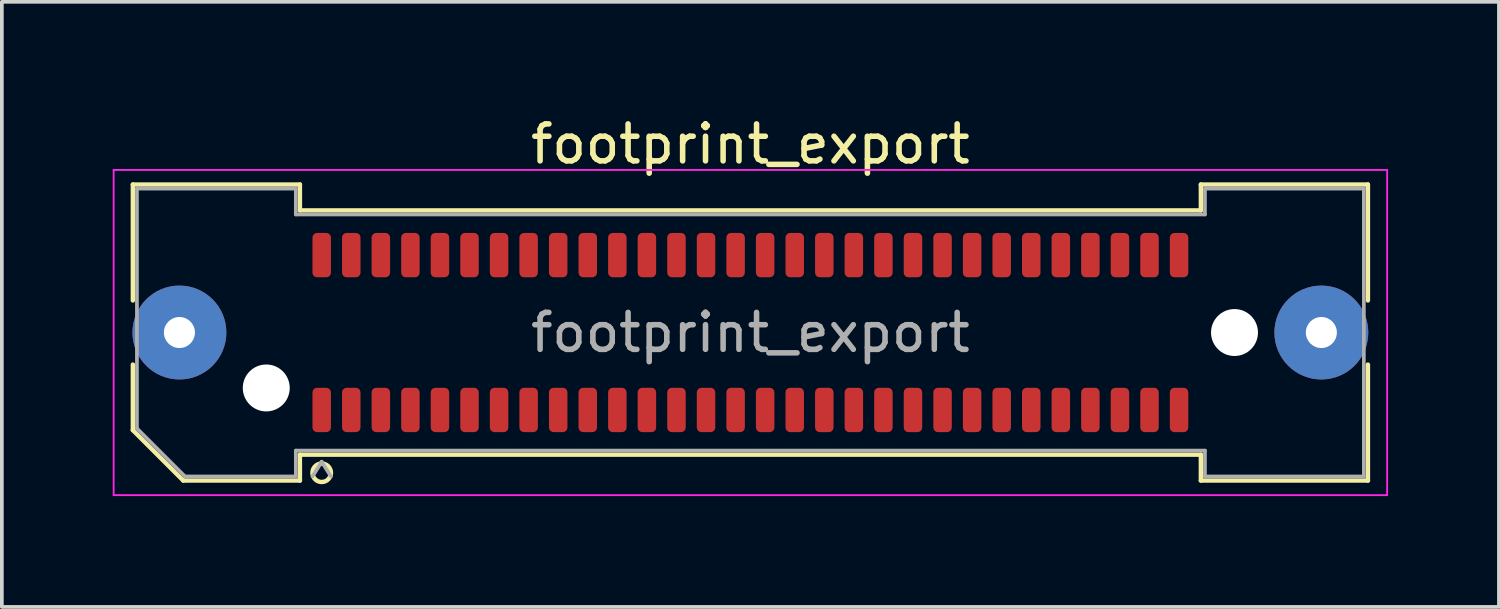
<source format=kicad_pcb>
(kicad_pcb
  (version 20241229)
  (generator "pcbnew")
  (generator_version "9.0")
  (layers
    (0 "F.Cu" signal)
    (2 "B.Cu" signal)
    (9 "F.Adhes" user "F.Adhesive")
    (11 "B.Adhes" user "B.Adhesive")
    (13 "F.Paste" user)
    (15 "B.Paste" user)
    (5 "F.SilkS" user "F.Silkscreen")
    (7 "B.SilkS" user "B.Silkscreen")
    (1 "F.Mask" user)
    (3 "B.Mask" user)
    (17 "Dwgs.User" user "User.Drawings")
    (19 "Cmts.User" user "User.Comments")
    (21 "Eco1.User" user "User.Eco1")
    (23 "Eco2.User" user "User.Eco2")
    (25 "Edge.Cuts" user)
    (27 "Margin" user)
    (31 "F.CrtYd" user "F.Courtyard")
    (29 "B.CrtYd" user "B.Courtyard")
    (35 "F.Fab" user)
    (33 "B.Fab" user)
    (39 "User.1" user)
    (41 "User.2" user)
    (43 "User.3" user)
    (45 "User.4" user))
  (footprint "footprint_export"
    (layer "F.Cu")
    (at 17.255 5.948)
    (property "Reference" "footprint_export" (at 0 -5.1 0) (layer "F.SilkS") (effects (font (size 1 1) (thickness 0.15))))
    (attr smd)
    (fp_line (start -16.71 -4.005) (end -12.19 -4.005) (stroke (width 0.12) (type solid)) (layer "F.SilkS"))
    (fp_line (start -16.71 -0.868) (end -16.71 -4.005) (stroke (width 0.12) (type solid)) (layer "F.SilkS"))
    (fp_line (start -16.71 2.641) (end -16.71 0.868) (stroke (width 0.12) (type solid)) (layer "F.SilkS"))
    (fp_line (start -15.346 4.005) (end -16.71 2.641) (stroke (width 0.12) (type solid)) (layer "F.SilkS"))
    (fp_line (start -12.19 -4.005) (end -12.19 -3.305) (stroke (width 0.12) (type solid)) (layer "F.SilkS"))
    (fp_line (start -12.19 -3.305) (end 12.19 -3.305) (stroke (width 0.12) (type solid)) (layer "F.SilkS"))
    (fp_line (start -12.19 3.305) (end -12.19 4.005) (stroke (width 0.12) (type solid)) (layer "F.SilkS"))
    (fp_line (start -12.19 4.005) (end -15.346 4.005) (stroke (width 0.12) (type solid)) (layer "F.SilkS"))
    (fp_line (start 12.19 -4.005) (end 16.71 -4.005) (stroke (width 0.12) (type solid)) (layer "F.SilkS"))
    (fp_line (start 12.19 -3.305) (end 12.19 -4.005) (stroke (width 0.12) (type solid)) (layer "F.SilkS"))
    (fp_line (start 12.19 3.305) (end -12.19 3.305) (stroke (width 0.12) (type solid)) (layer "F.SilkS"))
    (fp_line (start 12.19 4.005) (end 12.19 3.305) (stroke (width 0.12) (type solid)) (layer "F.SilkS"))
    (fp_line (start 16.71 -4.005) (end 16.71 -0.868) (stroke (width 0.12) (type solid)) (layer "F.SilkS"))
    (fp_line (start 16.71 0.868) (end 16.71 4.005) (stroke (width 0.12) (type solid)) (layer "F.SilkS"))
    (fp_line (start 16.71 4.005) (end 12.19 4.005) (stroke (width 0.12) (type solid)) (layer "F.SilkS"))
    (fp_arc (start -11.35 3.795) (mid -11.85 3.795) (end -11.35 3.795) (stroke (width 0.12) (type solid)) (layer "F.SilkS"))
    (fp_line (start -17.23 -4.4) (end -17.23 4.4) (stroke (width 0.05) (type solid)) (layer "F.CrtYd"))
    (fp_line (start -17.23 4.4) (end 17.23 4.4) (stroke (width 0.05) (type solid)) (layer "F.CrtYd"))
    (fp_line (start 17.23 -4.4) (end -17.23 -4.4) (stroke (width 0.05) (type solid)) (layer "F.CrtYd"))
    (fp_line (start 17.23 4.4) (end 17.23 -4.4) (stroke (width 0.05) (type solid)) (layer "F.CrtYd"))
    (fp_line (start -16.6 -3.895) (end -12.3 -3.895) (stroke (width 0.1) (type solid)) (layer "F.Fab"))
    (fp_line (start -16.6 2.595) (end -16.6 -3.895) (stroke (width 0.1) (type solid)) (layer "F.Fab"))
    (fp_line (start -15.3 3.895) (end -16.6 2.595) (stroke (width 0.1) (type solid)) (layer "F.Fab"))
    (fp_line (start -12.3 -3.895) (end -12.3 -3.195) (stroke (width 0.1) (type solid)) (layer "F.Fab"))
    (fp_line (start -12.3 -3.195) (end 12.3 -3.195) (stroke (width 0.1) (type solid)) (layer "F.Fab"))
    (fp_line (start -12.3 3.195) (end -12.3 3.895) (stroke (width 0.1) (type solid)) (layer "F.Fab"))
    (fp_line (start -12.3 3.895) (end -15.3 3.895) (stroke (width 0.1) (type solid)) (layer "F.Fab"))
    (fp_line (start -11.6 3.495) (end -11.85 3.895) (stroke (width 0.1) (type solid)) (layer "F.Fab"))
    (fp_line (start -11.6 3.495) (end -11.35 3.895) (stroke (width 0.1) (type solid)) (layer "F.Fab"))
    (fp_line (start 12.3 -3.895) (end 16.6 -3.895) (stroke (width 0.1) (type solid)) (layer "F.Fab"))
    (fp_line (start 12.3 -3.195) (end 12.3 -3.895) (stroke (width 0.1) (type solid)) (layer "F.Fab"))
    (fp_line (start 12.3 3.195) (end -12.3 3.195) (stroke (width 0.1) (type solid)) (layer "F.Fab"))
    (fp_line (start 12.3 3.895) (end 12.3 3.195) (stroke (width 0.1) (type solid)) (layer "F.Fab"))
    (fp_line (start 16.6 -3.895) (end 16.6 3.895) (stroke (width 0.1) (type solid)) (layer "F.Fab"))
    (fp_line (start 16.6 3.895) (end 12.3 3.895) (stroke (width 0.1) (type solid)) (layer "F.Fab"))
    (fp_text user "${REFERENCE}" (at 0 0 0) (layer "F.Fab") (effects (font (size 1 1) (thickness 0.15))))
    (pad "" thru_hole circle (at -15.45 0) (size 2.54 2.54) (drill 0.84) (layers "*.Cu" "*.Mask" "F.Paste"))
    (pad "" np_thru_hole circle (at -13.1 1.5) (size 1.27 1.27) (drill 1.27) (layers "*.Cu" "*.Mask"))
    (pad "" np_thru_hole circle (at 13.1 0) (size 1.27 1.27) (drill 1.27) (layers "*.Cu" "*.Mask"))
    (pad "" thru_hole circle (at 15.45 0) (size 2.54 2.54) (drill 0.84) (layers "*.Cu" "*.Mask" "F.Paste"))
    (pad "1" smd roundrect (at -11.6 2.095) (size 0.5 1.2) (layers "F.Cu" "F.Mask" "F.Paste") (roundrect_rratio 0.25))
    (pad "2" smd roundrect (at -11.6 -2.095) (size 0.5 1.2) (layers "F.Cu" "F.Mask" "F.Paste") (roundrect_rratio 0.25))
    (pad "3" smd roundrect (at -10.8 2.095) (size 0.5 1.2) (layers "F.Cu" "F.Mask" "F.Paste") (roundrect_rratio 0.25))
    (pad "4" smd roundrect (at -10.8 -2.095) (size 0.5 1.2) (layers "F.Cu" "F.Mask" "F.Paste") (roundrect_rratio 0.25))
    (pad "5" smd roundrect (at -10 2.095) (size 0.5 1.2) (layers "F.Cu" "F.Mask" "F.Paste") (roundrect_rratio 0.25))
    (pad "6" smd roundrect (at -10 -2.095) (size 0.5 1.2) (layers "F.Cu" "F.Mask" "F.Paste") (roundrect_rratio 0.25))
    (pad "7" smd roundrect (at -9.2 2.095) (size 0.5 1.2) (layers "F.Cu" "F.Mask" "F.Paste") (roundrect_rratio 0.25))
    (pad "8" smd roundrect (at -9.2 -2.095) (size 0.5 1.2) (layers "F.Cu" "F.Mask" "F.Paste") (roundrect_rratio 0.25))
    (pad "9" smd roundrect (at -8.4 2.095) (size 0.5 1.2) (layers "F.Cu" "F.Mask" "F.Paste") (roundrect_rratio 0.25))
    (pad "10" smd roundrect (at -8.4 -2.095) (size 0.5 1.2) (layers "F.Cu" "F.Mask" "F.Paste") (roundrect_rratio 0.25))
    (pad "11" smd roundrect (at -7.6 2.095) (size 0.5 1.2) (layers "F.Cu" "F.Mask" "F.Paste") (roundrect_rratio 0.25))
    (pad "12" smd roundrect (at -7.6 -2.095) (size 0.5 1.2) (layers "F.Cu" "F.Mask" "F.Paste") (roundrect_rratio 0.25))
    (pad "13" smd roundrect (at -6.8 2.095) (size 0.5 1.2) (layers "F.Cu" "F.Mask" "F.Paste") (roundrect_rratio 0.25))
    (pad "14" smd roundrect (at -6.8 -2.095) (size 0.5 1.2) (layers "F.Cu" "F.Mask" "F.Paste") (roundrect_rratio 0.25))
    (pad "15" smd roundrect (at -6 2.095) (size 0.5 1.2) (layers "F.Cu" "F.Mask" "F.Paste") (roundrect_rratio 0.25))
    (pad "16" smd roundrect (at -6 -2.095) (size 0.5 1.2) (layers "F.Cu" "F.Mask" "F.Paste") (roundrect_rratio 0.25))
    (pad "17" smd roundrect (at -5.2 2.095) (size 0.5 1.2) (layers "F.Cu" "F.Mask" "F.Paste") (roundrect_rratio 0.25))
    (pad "18" smd roundrect (at -5.2 -2.095) (size 0.5 1.2) (layers "F.Cu" "F.Mask" "F.Paste") (roundrect_rratio 0.25))
    (pad "19" smd roundrect (at -4.4 2.095) (size 0.5 1.2) (layers "F.Cu" "F.Mask" "F.Paste") (roundrect_rratio 0.25))
    (pad "20" smd roundrect (at -4.4 -2.095) (size 0.5 1.2) (layers "F.Cu" "F.Mask" "F.Paste") (roundrect_rratio 0.25))
    (pad "21" smd roundrect (at -3.6 2.095) (size 0.5 1.2) (layers "F.Cu" "F.Mask" "F.Paste") (roundrect_rratio 0.25))
    (pad "22" smd roundrect (at -3.6 -2.095) (size 0.5 1.2) (layers "F.Cu" "F.Mask" "F.Paste") (roundrect_rratio 0.25))
    (pad "23" smd roundrect (at -2.8 2.095) (size 0.5 1.2) (layers "F.Cu" "F.Mask" "F.Paste") (roundrect_rratio 0.25))
    (pad "24" smd roundrect (at -2.8 -2.095) (size 0.5 1.2) (layers "F.Cu" "F.Mask" "F.Paste") (roundrect_rratio 0.25))
    (pad "25" smd roundrect (at -2 2.095) (size 0.5 1.2) (layers "F.Cu" "F.Mask" "F.Paste") (roundrect_rratio 0.25))
    (pad "26" smd roundrect (at -2 -2.095) (size 0.5 1.2) (layers "F.Cu" "F.Mask" "F.Paste") (roundrect_rratio 0.25))
    (pad "27" smd roundrect (at -1.2 2.095) (size 0.5 1.2) (layers "F.Cu" "F.Mask" "F.Paste") (roundrect_rratio 0.25))
    (pad "28" smd roundrect (at -1.2 -2.095) (size 0.5 1.2) (layers "F.Cu" "F.Mask" "F.Paste") (roundrect_rratio 0.25))
    (pad "29" smd roundrect (at -0.4 2.095) (size 0.5 1.2) (layers "F.Cu" "F.Mask" "F.Paste") (roundrect_rratio 0.25))
    (pad "30" smd roundrect (at -0.4 -2.095) (size 0.5 1.2) (layers "F.Cu" "F.Mask" "F.Paste") (roundrect_rratio 0.25))
    (pad "31" smd roundrect (at 0.4 2.095) (size 0.5 1.2) (layers "F.Cu" "F.Mask" "F.Paste") (roundrect_rratio 0.25))
    (pad "32" smd roundrect (at 0.4 -2.095) (size 0.5 1.2) (layers "F.Cu" "F.Mask" "F.Paste") (roundrect_rratio 0.25))
    (pad "33" smd roundrect (at 1.2 2.095) (size 0.5 1.2) (layers "F.Cu" "F.Mask" "F.Paste") (roundrect_rratio 0.25))
    (pad "34" smd roundrect (at 1.2 -2.095) (size 0.5 1.2) (layers "F.Cu" "F.Mask" "F.Paste") (roundrect_rratio 0.25))
    (pad "35" smd roundrect (at 2 2.095) (size 0.5 1.2) (layers "F.Cu" "F.Mask" "F.Paste") (roundrect_rratio 0.25))
    (pad "36" smd roundrect (at 2 -2.095) (size 0.5 1.2) (layers "F.Cu" "F.Mask" "F.Paste") (roundrect_rratio 0.25))
    (pad "37" smd roundrect (at 2.8 2.095) (size 0.5 1.2) (layers "F.Cu" "F.Mask" "F.Paste") (roundrect_rratio 0.25))
    (pad "38" smd roundrect (at 2.8 -2.095) (size 0.5 1.2) (layers "F.Cu" "F.Mask" "F.Paste") (roundrect_rratio 0.25))
    (pad "39" smd roundrect (at 3.6 2.095) (size 0.5 1.2) (layers "F.Cu" "F.Mask" "F.Paste") (roundrect_rratio 0.25))
    (pad "40" smd roundrect (at 3.6 -2.095) (size 0.5 1.2) (layers "F.Cu" "F.Mask" "F.Paste") (roundrect_rratio 0.25))
    (pad "41" smd roundrect (at 4.4 2.095) (size 0.5 1.2) (layers "F.Cu" "F.Mask" "F.Paste") (roundrect_rratio 0.25))
    (pad "42" smd roundrect (at 4.4 -2.095) (size 0.5 1.2) (layers "F.Cu" "F.Mask" "F.Paste") (roundrect_rratio 0.25))
    (pad "43" smd roundrect (at 5.2 2.095) (size 0.5 1.2) (layers "F.Cu" "F.Mask" "F.Paste") (roundrect_rratio 0.25))
    (pad "44" smd roundrect (at 5.2 -2.095) (size 0.5 1.2) (layers "F.Cu" "F.Mask" "F.Paste") (roundrect_rratio 0.25))
    (pad "45" smd roundrect (at 6 2.095) (size 0.5 1.2) (layers "F.Cu" "F.Mask" "F.Paste") (roundrect_rratio 0.25))
    (pad "46" smd roundrect (at 6 -2.095) (size 0.5 1.2) (layers "F.Cu" "F.Mask" "F.Paste") (roundrect_rratio 0.25))
    (pad "47" smd roundrect (at 6.8 2.095) (size 0.5 1.2) (layers "F.Cu" "F.Mask" "F.Paste") (roundrect_rratio 0.25))
    (pad "48" smd roundrect (at 6.8 -2.095) (size 0.5 1.2) (layers "F.Cu" "F.Mask" "F.Paste") (roundrect_rratio 0.25))
    (pad "49" smd roundrect (at 7.6 2.095) (size 0.5 1.2) (layers "F.Cu" "F.Mask" "F.Paste") (roundrect_rratio 0.25))
    (pad "50" smd roundrect (at 7.6 -2.095) (size 0.5 1.2) (layers "F.Cu" "F.Mask" "F.Paste") (roundrect_rratio 0.25))
    (pad "51" smd roundrect (at 8.4 2.095) (size 0.5 1.2) (layers "F.Cu" "F.Mask" "F.Paste") (roundrect_rratio 0.25))
    (pad "52" smd roundrect (at 8.4 -2.095) (size 0.5 1.2) (layers "F.Cu" "F.Mask" "F.Paste") (roundrect_rratio 0.25))
    (pad "53" smd roundrect (at 9.2 2.095) (size 0.5 1.2) (layers "F.Cu" "F.Mask" "F.Paste") (roundrect_rratio 0.25))
    (pad "54" smd roundrect (at 9.2 -2.095) (size 0.5 1.2) (layers "F.Cu" "F.Mask" "F.Paste") (roundrect_rratio 0.25))
    (pad "55" smd roundrect (at 10 2.095) (size 0.5 1.2) (layers "F.Cu" "F.Mask" "F.Paste") (roundrect_rratio 0.25))
    (pad "56" smd roundrect (at 10 -2.095) (size 0.5 1.2) (layers "F.Cu" "F.Mask" "F.Paste") (roundrect_rratio 0.25))
    (pad "57" smd roundrect (at 10.8 2.095) (size 0.5 1.2) (layers "F.Cu" "F.Mask" "F.Paste") (roundrect_rratio 0.25))
    (pad "58" smd roundrect (at 10.8 -2.095) (size 0.5 1.2) (layers "F.Cu" "F.Mask" "F.Paste") (roundrect_rratio 0.25))
    (pad "59" smd roundrect (at 11.6 2.095) (size 0.5 1.2) (layers "F.Cu" "F.Mask" "F.Paste") (roundrect_rratio 0.25))
    (pad "60" smd roundrect (at 11.6 -2.095) (size 0.5 1.2) (layers "F.Cu" "F.Mask" "F.Paste") (roundrect_rratio 0.25)))
  (gr_rect
    (start -3 -3)
    (end 37.51 13.373)
    (stroke (width 0.1) (type default))
    (fill no)
    (layer "Edge.Cuts")))
</source>
